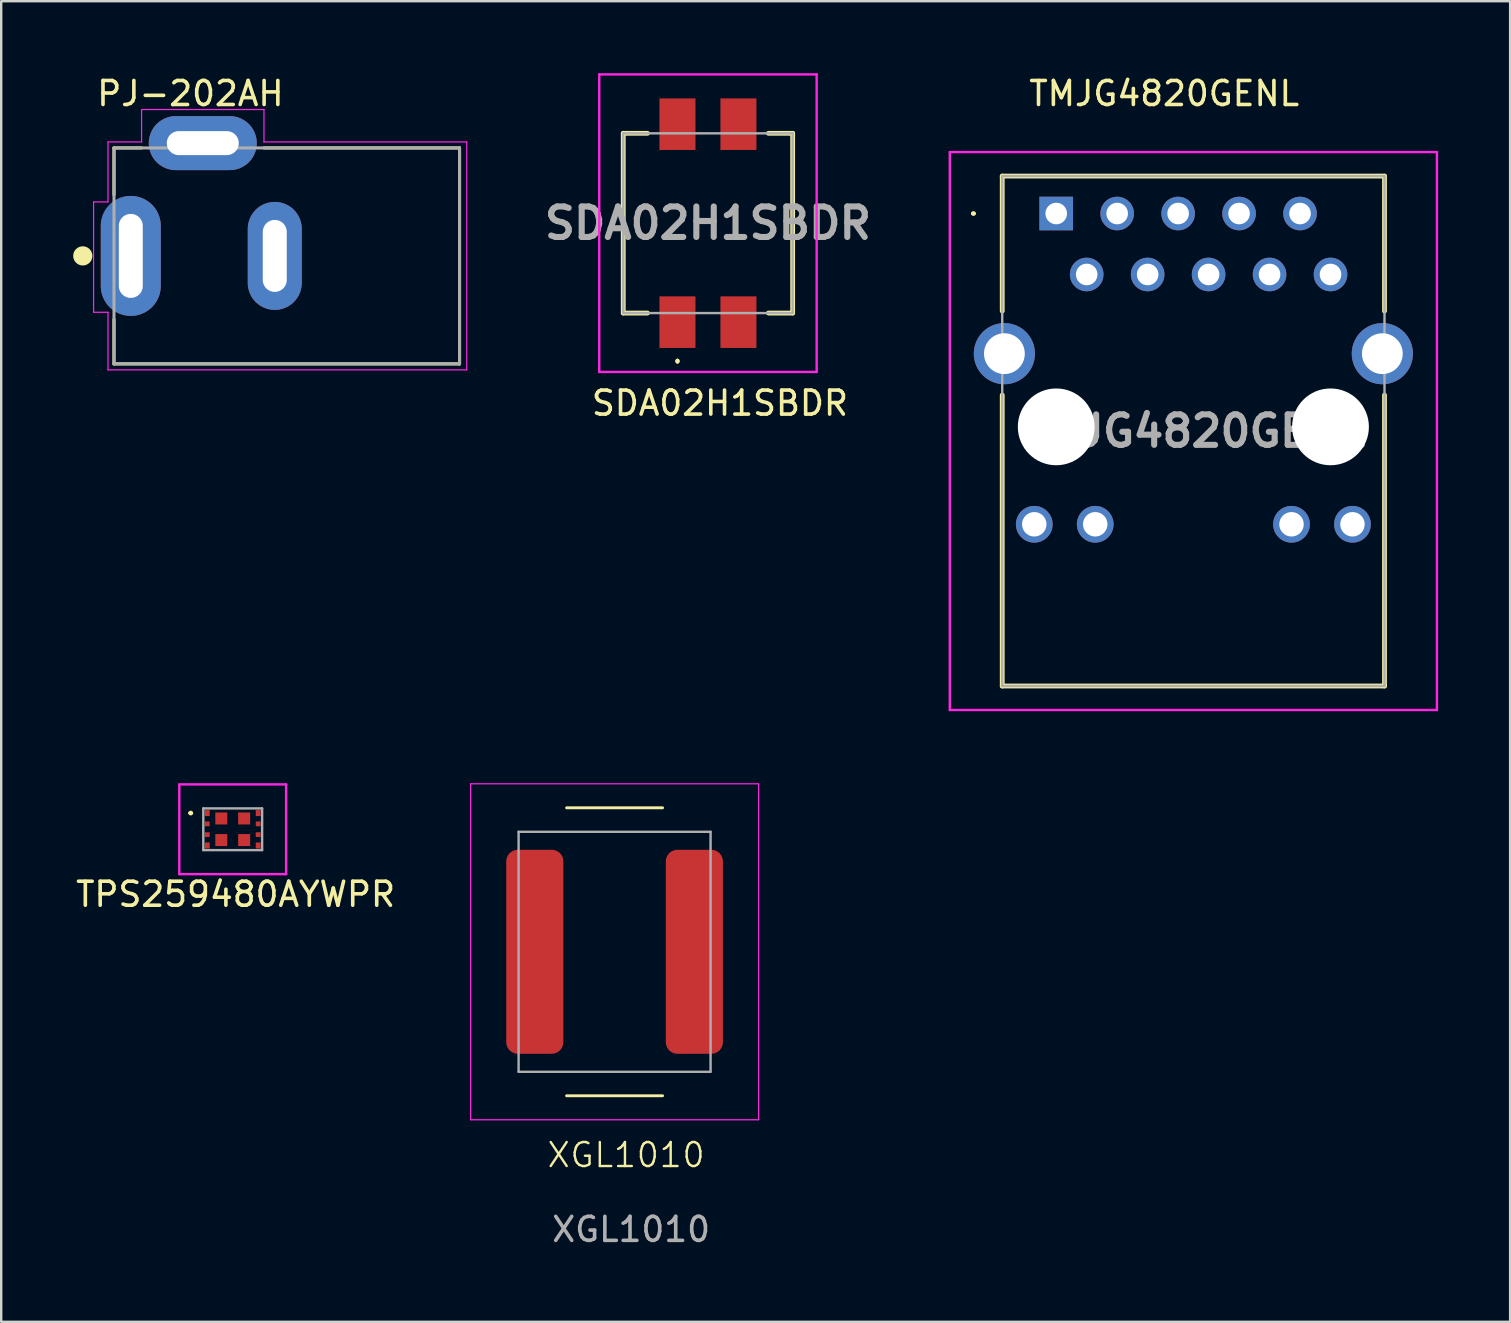
<source format=kicad_pcb>
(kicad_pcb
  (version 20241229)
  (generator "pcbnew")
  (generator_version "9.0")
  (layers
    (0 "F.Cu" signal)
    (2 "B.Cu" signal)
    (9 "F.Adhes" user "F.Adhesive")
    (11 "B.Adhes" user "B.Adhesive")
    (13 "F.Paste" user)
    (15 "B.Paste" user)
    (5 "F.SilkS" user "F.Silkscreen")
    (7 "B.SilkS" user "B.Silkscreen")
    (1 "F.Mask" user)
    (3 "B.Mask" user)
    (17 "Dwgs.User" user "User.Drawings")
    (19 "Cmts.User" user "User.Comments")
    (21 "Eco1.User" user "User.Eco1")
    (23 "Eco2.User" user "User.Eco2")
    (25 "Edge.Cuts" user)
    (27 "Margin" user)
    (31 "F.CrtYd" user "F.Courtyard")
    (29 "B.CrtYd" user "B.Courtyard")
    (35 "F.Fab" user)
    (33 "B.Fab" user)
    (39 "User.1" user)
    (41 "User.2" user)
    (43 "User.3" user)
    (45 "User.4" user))
  (footprint "TPS259480AYWPR"
    (layer "F.Cu")
    (at 6.648 31.507)
    (property "Reference" "TPS259480AYWPR" (at 0.12 2.71 0) (layer "F.SilkS") (effects (font (size 1 1) (thickness 0.15))))
    (attr smd)
    (fp_line (start -1.8 -0.675) (end -1.8 -0.675) (stroke (width 0.1) (type solid)) (layer "F.SilkS"))
    (fp_line (start -1.7 -0.675) (end -1.7 -0.675) (stroke (width 0.1) (type solid)) (layer "F.SilkS"))
    (fp_arc (start -1.8 -0.675) (mid -1.75 -0.725) (end -1.7 -0.675) (stroke (width 0.1) (type solid)) (layer "F.SilkS"))
    (fp_arc (start -1.7 -0.675) (mid -1.75 -0.625) (end -1.8 -0.675) (stroke (width 0.1) (type solid)) (layer "F.SilkS"))
    (fp_line (start -2.226 -1.869) (end 2.225 -1.869) (stroke (width 0.1) (type solid)) (layer "F.CrtYd"))
    (fp_line (start -2.226 1.869) (end -2.226 -1.869) (stroke (width 0.1) (type solid)) (layer "F.CrtYd"))
    (fp_line (start 2.225 -1.869) (end 2.225 1.869) (stroke (width 0.1) (type solid)) (layer "F.CrtYd"))
    (fp_line (start 2.225 1.869) (end -2.226 1.869) (stroke (width 0.1) (type solid)) (layer "F.CrtYd"))
    (fp_line (start -1.226 -0.869) (end 1.225 -0.869) (stroke (width 0.1) (type solid)) (layer "F.Fab"))
    (fp_line (start -1.226 0.869) (end -1.226 -0.869) (stroke (width 0.1) (type solid)) (layer "F.Fab"))
    (fp_line (start 1.225 -0.869) (end 1.225 0.869) (stroke (width 0.1) (type solid)) (layer "F.Fab"))
    (fp_line (start 1.225 0.869) (end -1.226 0.869) (stroke (width 0.1) (type solid)) (layer "F.Fab"))
    (pad "1" smd rect (at -1.06 -0.675) (size 0.2 0.25) (layers "F.Cu" "F.Mask" "F.Paste"))
    (pad "2" smd rect (at -1.06 -0.225) (size 0.2 0.2) (layers "F.Cu" "F.Mask" "F.Paste"))
    (pad "3" smd rect (at -1.06 0.225) (size 0.2 0.2) (layers "F.Cu" "F.Mask" "F.Paste"))
    (pad "4" smd rect (at -1.06 0.675) (size 0.2 0.25) (layers "F.Cu" "F.Mask" "F.Paste"))
    (pad "5" smd rect (at -0.476 0.45) (size 0.5 0.5) (layers "F.Cu" "F.Mask" "F.Paste"))
    (pad "6" smd rect (at 0.476 0.45) (size 0.5 0.5) (layers "F.Cu" "F.Mask" "F.Paste"))
    (pad "7" smd rect (at 1.06 0.675) (size 0.2 0.25) (layers "F.Cu" "F.Mask" "F.Paste"))
    (pad "8" smd rect (at 1.06 0.225) (size 0.2 0.2) (layers "F.Cu" "F.Mask" "F.Paste"))
    (pad "9" smd rect (at 1.06 -0.225) (size 0.2 0.2) (layers "F.Cu" "F.Mask" "F.Paste"))
    (pad "10" smd rect (at 1.06 -0.675) (size 0.2 0.25) (layers "F.Cu" "F.Mask" "F.Paste"))
    (pad "11" smd rect (at 0.476 -0.45) (size 0.5 0.5) (layers "F.Cu" "F.Mask" "F.Paste"))
    (pad "12" smd rect (at -0.476 -0.45) (size 0.5 0.5) (layers "F.Cu" "F.Mask" "F.Paste")))
  (footprint "SDA02H1SBDR"
    (layer "F.Cu")
    (at 26.452 6.25)
    (property "Reference" "SDA02H1SBDR" (at 0.5 7.5 0) (layer "F.SilkS") (effects (font (size 1 1) (thickness 0.15))))
    (attr smd)
    (fp_line (start -3.53 -3.745) (end -3.53 3.745) (stroke (width 0.2) (type solid)) (layer "F.SilkS"))
    (fp_line (start -3.53 3.745) (end -2.521 3.745) (stroke (width 0.2) (type solid)) (layer "F.SilkS"))
    (fp_line (start -2.521 -3.745) (end -3.53 -3.745) (stroke (width 0.2) (type solid)) (layer "F.SilkS"))
    (fp_line (start -1.27 5.7) (end -1.27 5.7) (stroke (width 0.1) (type solid)) (layer "F.SilkS"))
    (fp_line (start -1.27 5.8) (end -1.27 5.8) (stroke (width 0.1) (type solid)) (layer "F.SilkS"))
    (fp_line (start 2.521 -3.745) (end 3.53 -3.745) (stroke (width 0.2) (type solid)) (layer "F.SilkS"))
    (fp_line (start 3.53 -3.745) (end 3.53 3.745) (stroke (width 0.2) (type solid)) (layer "F.SilkS"))
    (fp_line (start 3.53 3.745) (end 2.521 3.745) (stroke (width 0.2) (type solid)) (layer "F.SilkS"))
    (fp_arc (start -1.27 5.7) (mid -1.22 5.75) (end -1.27 5.8) (stroke (width 0.1) (type solid)) (layer "F.SilkS"))
    (fp_arc (start -1.27 5.8) (mid -1.32 5.75) (end -1.27 5.7) (stroke (width 0.1) (type solid)) (layer "F.SilkS"))
    (fp_line (start -4.53 -6.2) (end 4.53 -6.2) (stroke (width 0.1) (type solid)) (layer "F.CrtYd"))
    (fp_line (start -4.53 6.2) (end -4.53 -6.2) (stroke (width 0.1) (type solid)) (layer "F.CrtYd"))
    (fp_line (start 4.53 -6.2) (end 4.53 6.2) (stroke (width 0.1) (type solid)) (layer "F.CrtYd"))
    (fp_line (start 4.53 6.2) (end -4.53 6.2) (stroke (width 0.1) (type solid)) (layer "F.CrtYd"))
    (fp_line (start -3.53 -3.745) (end 3.53 -3.745) (stroke (width 0.1) (type solid)) (layer "F.Fab"))
    (fp_line (start -3.53 3.745) (end -3.53 -3.745) (stroke (width 0.1) (type solid)) (layer "F.Fab"))
    (fp_line (start 3.53 -3.745) (end 3.53 3.745) (stroke (width 0.1) (type solid)) (layer "F.Fab"))
    (fp_line (start 3.53 3.745) (end -3.53 3.745) (stroke (width 0.1) (type solid)) (layer "F.Fab"))
    (fp_text user "${REFERENCE}" (at 0 0 0) (layer "F.Fab") (effects (font (size 1.27 1.27) (thickness 0.254))))
    (pad "1" smd rect (at -1.27 4.125) (size 1.5 2.15) (layers "F.Cu" "F.Mask" "F.Paste"))
    (pad "2" smd rect (at 1.27 4.125) (size 1.5 2.15) (layers "F.Cu" "F.Mask" "F.Paste"))
    (pad "3" smd rect (at 1.27 -4.125) (size 1.5 2.15) (layers "F.Cu" "F.Mask" "F.Paste"))
    (pad "4" smd rect (at -1.27 -4.125) (size 1.5 2.15) (layers "F.Cu" "F.Mask" "F.Paste")))
  (footprint "TMJG4820GENL"
    (layer "F.Cu")
    (at 40.965 5.848)
    (property "Reference" "TMJG4820GENL" (at 4.5 -5 0) (layer "F.SilkS") (effects (font (size 1 1) (thickness 0.15))))
    (attr through_hole)
    (fp_line (start -3.5 0) (end -3.5 0) (stroke (width 0.1) (type solid)) (layer "F.SilkS"))
    (fp_line (start -3.4 0) (end -3.4 0) (stroke (width 0.1) (type solid)) (layer "F.SilkS"))
    (fp_line (start -2.25 -1.56) (end 13.68 -1.56) (stroke (width 0.2) (type solid)) (layer "F.SilkS"))
    (fp_line (start -2.25 4.065) (end -2.25 -1.56) (stroke (width 0.2) (type solid)) (layer "F.SilkS"))
    (fp_line (start -2.25 7.565) (end -2.25 19.69) (stroke (width 0.2) (type solid)) (layer "F.SilkS"))
    (fp_line (start -2.25 19.69) (end 13.68 19.69) (stroke (width 0.2) (type solid)) (layer "F.SilkS"))
    (fp_line (start 13.68 -1.56) (end 13.68 4.065) (stroke (width 0.2) (type solid)) (layer "F.SilkS"))
    (fp_line (start 13.68 19.69) (end 13.68 7.565) (stroke (width 0.2) (type solid)) (layer "F.SilkS"))
    (fp_arc (start -3.5 0) (mid -3.45 -0.05) (end -3.4 0) (stroke (width 0.1) (type solid)) (layer "F.SilkS"))
    (fp_arc (start -3.4 0) (mid -3.45 0.05) (end -3.5 0) (stroke (width 0.1) (type solid)) (layer "F.SilkS"))
    (fp_line (start -4.435 -2.56) (end 15.865 -2.56) (stroke (width 0.1) (type solid)) (layer "F.CrtYd"))
    (fp_line (start -4.435 20.69) (end -4.435 -2.56) (stroke (width 0.1) (type solid)) (layer "F.CrtYd"))
    (fp_line (start 15.865 -2.56) (end 15.865 20.69) (stroke (width 0.1) (type solid)) (layer "F.CrtYd"))
    (fp_line (start 15.865 20.69) (end -4.435 20.69) (stroke (width 0.1) (type solid)) (layer "F.CrtYd"))
    (fp_line (start -2.25 -1.56) (end 13.68 -1.56) (stroke (width 0.1) (type solid)) (layer "F.Fab"))
    (fp_line (start -2.25 19.69) (end -2.25 -1.56) (stroke (width 0.1) (type solid)) (layer "F.Fab"))
    (fp_line (start 13.68 -1.56) (end 13.68 19.69) (stroke (width 0.1) (type solid)) (layer "F.Fab"))
    (fp_line (start 13.68 19.69) (end -2.25 19.69) (stroke (width 0.1) (type solid)) (layer "F.Fab"))
    (fp_text user "${REFERENCE}" (at 5.715 9.065 0) (layer "F.Fab") (effects (font (size 1.27 1.27) (thickness 0.254))))
    (pad "" np_thru_hole circle (at 0 8.89) (size 3.2 3.2) (drill 3.2) (layers "*.Cu" "*.Mask"))
    (pad "" np_thru_hole circle (at 11.43 8.89) (size 3.2 3.2) (drill 3.2) (layers "*.Cu" "*.Mask"))
    (pad "1" thru_hole rect (at 0 0) (size 1.4 1.4) (drill 0.9) (layers "*.Cu" "*.Mask"))
    (pad "2" thru_hole circle (at 1.27 2.54) (size 1.4 1.4) (drill 0.9) (layers "*.Cu" "*.Mask"))
    (pad "3" thru_hole circle (at 2.54 0) (size 1.4 1.4) (drill 0.9) (layers "*.Cu" "*.Mask"))
    (pad "4" thru_hole circle (at 3.81 2.54) (size 1.4 1.4) (drill 0.9) (layers "*.Cu" "*.Mask"))
    (pad "5" thru_hole circle (at 5.08 0) (size 1.4 1.4) (drill 0.9) (layers "*.Cu" "*.Mask"))
    (pad "6" thru_hole circle (at 6.35 2.54) (size 1.4 1.4) (drill 0.9) (layers "*.Cu" "*.Mask"))
    (pad "7" thru_hole circle (at 7.62 0) (size 1.4 1.4) (drill 0.9) (layers "*.Cu" "*.Mask"))
    (pad "8" thru_hole circle (at 8.89 2.54) (size 1.4 1.4) (drill 0.9) (layers "*.Cu" "*.Mask"))
    (pad "9" thru_hole circle (at 10.16 0) (size 1.4 1.4) (drill 0.9) (layers "*.Cu" "*.Mask"))
    (pad "10" thru_hole circle (at 11.43 2.54) (size 1.4 1.4) (drill 0.9) (layers "*.Cu" "*.Mask"))
    (pad "11" thru_hole circle (at -0.915 12.95) (size 1.53 1.53) (drill 1.02) (layers "*.Cu" "*.Mask"))
    (pad "12" thru_hole circle (at 1.625 12.95) (size 1.53 1.53) (drill 1.02) (layers "*.Cu" "*.Mask"))
    (pad "13" thru_hole circle (at 9.805 12.95) (size 1.53 1.53) (drill 1.02) (layers "*.Cu" "*.Mask"))
    (pad "14" thru_hole circle (at 12.345 12.95) (size 1.53 1.53) (drill 1.02) (layers "*.Cu" "*.Mask"))
    (pad "S1" thru_hole circle (at -2.16 5.84) (size 2.55 2.55) (drill 1.7) (layers "*.Cu" "*.Mask"))
    (pad "S2" thru_hole circle (at 13.59 5.84) (size 2.55 2.55) (drill 1.7) (layers "*.Cu" "*.Mask")))
  (footprint "XGL1010"
    (layer "F.Cu")
    (at 22.561 36.613)
    (property "Reference" "XGL1010" (at 0.48 8.47 0) (unlocked yes) (layer "F.SilkS") (effects (font (size 1 1) (thickness 0.1))))
    (attr smd)
    (fp_line (start -2 -6) (end 2 -6) (stroke (width 0.12) (type solid)) (layer "F.SilkS"))
    (fp_line (start -2 6) (end 2 6) (stroke (width 0.12) (type solid)) (layer "F.SilkS"))
    (fp_line (start -6 -7) (end 6 -7) (stroke (width 0.05) (type solid)) (layer "F.CrtYd"))
    (fp_line (start -6 7) (end -6 -7) (stroke (width 0.05) (type solid)) (layer "F.CrtYd"))
    (fp_line (start 6 -7) (end 6 7) (stroke (width 0.05) (type solid)) (layer "F.CrtYd"))
    (fp_line (start 6 7) (end -6 7) (stroke (width 0.05) (type solid)) (layer "F.CrtYd"))
    (fp_line (start -4 -5) (end 4 -5) (stroke (width 0.1) (type solid)) (layer "F.Fab"))
    (fp_line (start -4 5) (end -4 -5) (stroke (width 0.1) (type solid)) (layer "F.Fab"))
    (fp_line (start 4 -5) (end 4 5) (stroke (width 0.1) (type solid)) (layer "F.Fab"))
    (fp_line (start 4 5) (end -4 5) (stroke (width 0.1) (type solid)) (layer "F.Fab"))
    (fp_text user "${REFERENCE}" (at 0.69 11.57 0) (unlocked yes) (layer "F.Fab") (effects (font (size 1 1) (thickness 0.15))))
    (pad "1" smd roundrect (at -3.325 0) (size 2.38 8.5) (layers "F.Cu" "F.Mask" "F.Paste") (roundrect_rratio 0.2))
    (pad "2" smd roundrect (at 3.325 0) (size 2.38 8.5) (layers "F.Cu" "F.Mask" "F.Paste") (roundrect_rratio 0.2)))
  (footprint "PJ-202AH"
    (layer "F.Cu")
    (at 8.9 7.614)
    (property "Reference" "PJ-202AH" (at -4.015 -6.766 0) (layer "F.SilkS") (effects (font (size 1 1) (thickness 0.15))))
    (attr through_hole)
    (fp_line (start -7.2 -4.5) (end -6.05 -4.5) (stroke (width 0.127) (type solid)) (layer "F.SilkS"))
    (fp_line (start -7.2 -2.55) (end -7.2 -4.5) (stroke (width 0.127) (type solid)) (layer "F.SilkS"))
    (fp_line (start -7.2 4.5) (end -7.2 2.65) (stroke (width 0.127) (type solid)) (layer "F.SilkS"))
    (fp_line (start -0.95 -4.5) (end 7.2 -4.5) (stroke (width 0.127) (type solid)) (layer "F.SilkS"))
    (fp_line (start 7.2 -4.5) (end 7.2 4.5) (stroke (width 0.127) (type solid)) (layer "F.SilkS"))
    (fp_line (start 7.2 4.5) (end -7.2 4.5) (stroke (width 0.127) (type solid)) (layer "F.SilkS"))
    (fp_circle (center -8.5 0) (end -8.3 0) (stroke (width 0.4) (type solid)) (fill no) (layer "F.SilkS"))
    (fp_line (start -8.05 -2.25) (end -8.05 2.35) (stroke (width 0.05) (type solid)) (layer "F.CrtYd"))
    (fp_line (start -8.05 2.35) (end -7.45 2.35) (stroke (width 0.05) (type solid)) (layer "F.CrtYd"))
    (fp_line (start -7.45 -4.75) (end -6.05 -4.75) (stroke (width 0.05) (type solid)) (layer "F.CrtYd"))
    (fp_line (start -7.45 -2.25) (end -8.05 -2.25) (stroke (width 0.05) (type solid)) (layer "F.CrtYd"))
    (fp_line (start -7.45 -2.25) (end -7.45 -4.75) (stroke (width 0.05) (type solid)) (layer "F.CrtYd"))
    (fp_line (start -7.45 4.75) (end -7.45 2.35) (stroke (width 0.05) (type solid)) (layer "F.CrtYd"))
    (fp_line (start -6.05 -6.1) (end -0.95 -6.1) (stroke (width 0.05) (type solid)) (layer "F.CrtYd"))
    (fp_line (start -6.05 -4.75) (end -6.05 -6.1) (stroke (width 0.05) (type solid)) (layer "F.CrtYd"))
    (fp_line (start -0.95 -6.1) (end -0.95 -4.75) (stroke (width 0.05) (type solid)) (layer "F.CrtYd"))
    (fp_line (start -0.95 -4.75) (end 7.5 -4.75) (stroke (width 0.05) (type solid)) (layer "F.CrtYd"))
    (fp_line (start 7.5 -4.75) (end 7.5 4.75) (stroke (width 0.05) (type solid)) (layer "F.CrtYd"))
    (fp_line (start 7.5 4.75) (end -7.45 4.75) (stroke (width 0.05) (type solid)) (layer "F.CrtYd"))
    (fp_line (start -7.2 -4.5) (end 7.2 -4.5) (stroke (width 0.127) (type solid)) (layer "F.Fab"))
    (fp_line (start -7.2 4.5) (end -7.2 -4.5) (stroke (width 0.127) (type solid)) (layer "F.Fab"))
    (fp_line (start 7.2 -4.5) (end 7.2 4.5) (stroke (width 0.127) (type solid)) (layer "F.Fab"))
    (fp_line (start 7.2 4.5) (end -7.2 4.5) (stroke (width 0.127) (type solid)) (layer "F.Fab"))
    (pad "1" thru_hole oval (at -6.5 0) (size 2.5 5) (drill oval 1 3.5) (layers "*.Cu" "*.Mask"))
    (pad "2" thru_hole oval (at -0.5 0) (size 2.25 4.5) (drill oval 1 3) (layers "*.Cu" "*.Mask"))
    (pad "3" thru_hole oval (at -3.5 -4.7) (size 4.5 2.25) (drill oval 3 1) (layers "*.Cu" "*.Mask")))
  (gr_rect
    (start -3 -3)
    (end 59.88 52.032)
    (stroke (width 0.1) (type default))
    (fill no)
    (layer "Edge.Cuts")))
</source>
